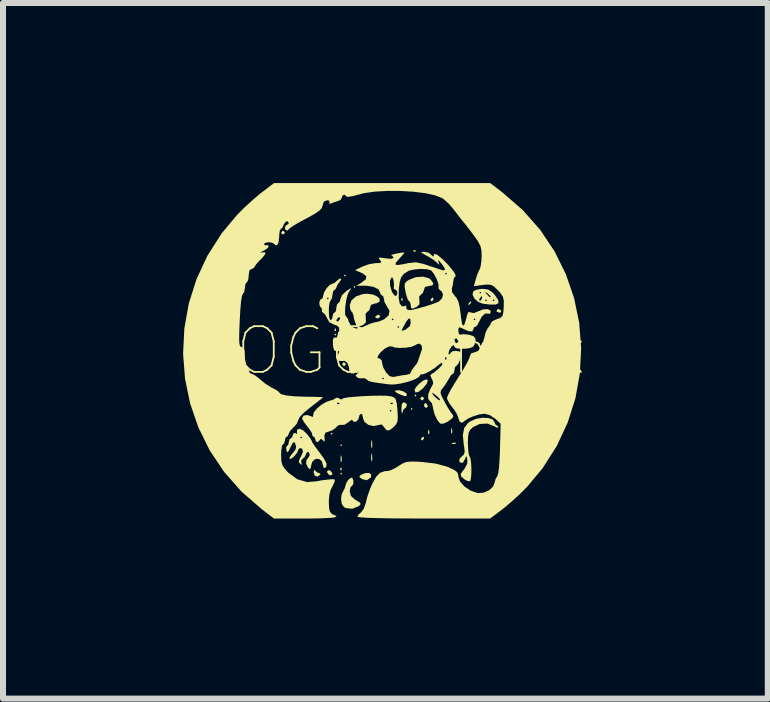
<source format=kicad_pcb>
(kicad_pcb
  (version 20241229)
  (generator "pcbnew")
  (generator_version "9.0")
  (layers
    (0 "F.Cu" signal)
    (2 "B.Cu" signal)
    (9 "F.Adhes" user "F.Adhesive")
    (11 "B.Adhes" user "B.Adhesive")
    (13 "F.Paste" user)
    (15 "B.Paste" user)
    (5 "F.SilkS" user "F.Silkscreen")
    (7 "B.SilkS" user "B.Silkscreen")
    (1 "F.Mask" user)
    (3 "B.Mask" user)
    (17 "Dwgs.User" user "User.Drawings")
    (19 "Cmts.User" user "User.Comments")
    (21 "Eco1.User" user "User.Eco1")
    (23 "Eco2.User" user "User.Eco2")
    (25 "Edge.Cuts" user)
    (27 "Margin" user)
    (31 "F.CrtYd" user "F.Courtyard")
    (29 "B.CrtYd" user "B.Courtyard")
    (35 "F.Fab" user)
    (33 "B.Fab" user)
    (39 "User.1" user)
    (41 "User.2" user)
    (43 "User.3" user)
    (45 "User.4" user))
  (footprint "LOGO Amok"
    (layer "F.Cu")
    (at 3.506 2.794)
    (property "Reference" "LOGO Amok" (at 0 0 0) (layer "F.SilkS") (effects (font (size 0.762 0.762) (thickness 0.03))))
    (attr board_only exclude_from_pos_files exclude_from_bom)
    (fp_poly (pts (xy -1.016 1.381) (xy -1.032 1.397) (xy -1.048 1.381) (xy -1.032 1.365)) (stroke (width 0) (type solid)) (fill yes) (layer "F.SilkS"))
    (fp_poly (pts (xy -0.953 -0.27) (xy -0.968 -0.254) (xy -0.984 -0.27) (xy -0.968 -0.286)) (stroke (width 0) (type solid)) (fill yes) (layer "F.SilkS"))
    (fp_poly (pts (xy -0.857 1.572) (xy -0.873 1.587) (xy -0.889 1.572) (xy -0.873 1.556)) (stroke (width 0) (type solid)) (fill yes) (layer "F.SilkS"))
    (fp_poly (pts (xy -0.857 2.048) (xy -0.873 2.064) (xy -0.889 2.048) (xy -0.873 2.032)) (stroke (width 0) (type solid)) (fill yes) (layer "F.SilkS"))
    (fp_poly (pts (xy -0.794 -1.254) (xy -0.81 -1.238) (xy -0.826 -1.254) (xy -0.81 -1.27)) (stroke (width 0) (type solid)) (fill yes) (layer "F.SilkS"))
    (fp_poly (pts (xy -0.635 -1.064) (xy -0.651 -1.048) (xy -0.667 -1.064) (xy -0.651 -1.079)) (stroke (width 0) (type solid)) (fill yes) (layer "F.SilkS"))
    (fp_poly (pts (xy 0.318 0.968) (xy 0.302 0.984) (xy 0.286 0.968) (xy 0.302 0.953)) (stroke (width 0) (type solid)) (fill yes) (layer "F.SilkS"))
    (fp_poly (pts (xy 0.381 0.746) (xy 0.365 0.762) (xy 0.349 0.746) (xy 0.365 0.73)) (stroke (width 0) (type solid)) (fill yes) (layer "F.SilkS"))
    (fp_poly (pts (xy -0.963 -0.37) (xy -0.959 -0.333) (xy -0.963 -0.328) (xy -0.982 -0.332) (xy -0.984 -0.349) (xy -0.973 -0.375)) (stroke (width 0) (type solid)) (fill yes) (layer "F.SilkS"))
    (fp_poly (pts (xy -0.868 1.947) (xy -0.864 1.985) (xy -0.868 1.99) (xy -0.887 1.985) (xy -0.889 1.968) (xy -0.877 1.942)) (stroke (width 0) (type solid)) (fill yes) (layer "F.SilkS"))
    (fp_poly (pts (xy 0.148 -0.878) (xy 0.152 -0.841) (xy 0.148 -0.836) (xy 0.129 -0.84) (xy 0.127 -0.857) (xy 0.139 -0.883)) (stroke (width 0) (type solid)) (fill yes) (layer "F.SilkS"))
    (fp_poly (pts (xy 0.37 -1.672) (xy 0.366 -1.653) (xy 0.349 -1.651) (xy 0.323 -1.663) (xy 0.328 -1.672) (xy 0.366 -1.676)) (stroke (width 0) (type solid)) (fill yes) (layer "F.SilkS"))
    (fp_poly (pts (xy 0.593 1.328) (xy 0.597 1.377) (xy 0.591 1.388) (xy 0.576 1.379) (xy 0.574 1.347) (xy 0.582 1.313)) (stroke (width 0) (type solid)) (fill yes) (layer "F.SilkS"))
    (fp_poly (pts (xy 0.974 1.294) (xy 0.978 1.359) (xy 0.974 1.373) (xy 0.962 1.377) (xy 0.958 1.333) (xy 0.963 1.288)) (stroke (width 0) (type solid)) (fill yes) (layer "F.SilkS"))
    (fp_poly (pts (xy 1.039 1.537) (xy 1.03 1.551) (xy 0.997 1.553) (xy 0.964 1.545) (xy 0.978 1.534) (xy 1.028 1.53)) (stroke (width 0) (type solid)) (fill yes) (layer "F.SilkS"))
    (fp_poly (pts (xy -1.811 -1.976) (xy -1.81 -1.968) (xy -1.834 -1.938) (xy -1.841 -1.937) (xy -1.872 -1.961) (xy -1.873 -1.968) (xy -1.849 -1.999) (xy -1.841 -2)) (stroke (width 0) (type solid)) (fill yes) (layer "F.SilkS"))
    (fp_poly (pts (xy -1.052 1.998) (xy -1.02 2.039) (xy -1.02 2.059) (xy -1.052 2.076) (xy -1.075 2.066) (xy -1.107 2.025) (xy -1.107 2.005) (xy -1.076 1.988)) (stroke (width 0) (type solid)) (fill yes) (layer "F.SilkS"))
    (fp_poly (pts (xy -0.869 1.749) (xy -0.867 1.755) (xy -0.862 1.824) (xy -0.868 1.85) (xy -0.879 1.851) (xy -0.883 1.801) (xy -0.883 1.794) (xy -0.878 1.745)) (stroke (width 0) (type solid)) (fill yes) (layer "F.SilkS"))
    (fp_poly (pts (xy -0.795 0.215) (xy -0.794 0.222) (xy -0.818 0.253) (xy -0.826 0.254) (xy -0.856 0.23) (xy -0.857 0.222) (xy -0.833 0.191) (xy -0.826 0.191)) (stroke (width 0) (type solid)) (fill yes) (layer "F.SilkS"))
    (fp_poly (pts (xy -0.359 1.5) (xy -0.354 1.581) (xy -0.359 1.611) (xy -0.368 1.621) (xy -0.373 1.577) (xy -0.374 1.556) (xy -0.37 1.498) (xy -0.362 1.491)) (stroke (width 0) (type solid)) (fill yes) (layer "F.SilkS"))
    (fp_poly (pts (xy -0.359 1.722) (xy -0.354 1.803) (xy -0.359 1.834) (xy -0.368 1.843) (xy -0.373 1.8) (xy -0.374 1.778) (xy -0.37 1.72) (xy -0.362 1.713)) (stroke (width 0) (type solid)) (fill yes) (layer "F.SilkS"))
    (fp_poly (pts (xy -0.223 -0.579) (xy -0.222 -0.572) (xy -0.248 -0.544) (xy -0.272 -0.54) (xy -0.305 -0.555) (xy -0.302 -0.572) (xy -0.261 -0.602) (xy -0.252 -0.603)) (stroke (width 0) (type solid)) (fill yes) (layer "F.SilkS"))
    (fp_poly (pts (xy 0.507 0.786) (xy 0.508 0.794) (xy 0.484 0.825) (xy 0.476 0.826) (xy 0.445 0.801) (xy 0.445 0.794) (xy 0.469 0.763) (xy 0.476 0.762)) (stroke (width 0) (type solid)) (fill yes) (layer "F.SilkS"))
    (fp_poly (pts (xy 0.508 1.453) (xy 0.508 1.46) (xy 0.484 1.491) (xy 0.474 1.492) (xy 0.455 1.473) (xy 0.46 1.46) (xy 0.489 1.43) (xy 0.494 1.429)) (stroke (width 0) (type solid)) (fill yes) (layer "F.SilkS"))
    (fp_poly (pts (xy 0.54 0.873) (xy 0.57 0.914) (xy 0.572 0.923) (xy 0.547 0.952) (xy 0.54 0.953) (xy 0.512 0.927) (xy 0.508 0.903) (xy 0.523 0.87)) (stroke (width 0) (type solid)) (fill yes) (layer "F.SilkS"))
    (fp_poly (pts (xy 0.666 -0.864) (xy 0.667 -0.857) (xy 0.642 -0.827) (xy 0.633 -0.826) (xy 0.614 -0.845) (xy 0.619 -0.857) (xy 0.648 -0.888) (xy 0.653 -0.889)) (stroke (width 0) (type solid)) (fill yes) (layer "F.SilkS"))
    (fp_poly (pts (xy 1.292 -0.805) (xy 1.286 -0.794) (xy 1.256 -0.763) (xy 1.25 -0.762) (xy 1.248 -0.783) (xy 1.254 -0.794) (xy 1.284 -0.824) (xy 1.29 -0.826)) (stroke (width 0) (type solid)) (fill yes) (layer "F.SilkS"))
    (fp_poly (pts (xy 1.787 -0.675) (xy 1.794 -0.667) (xy 1.787 -0.64) (xy 1.764 -0.635) (xy 1.721 -0.652) (xy 1.714 -0.667) (xy 1.737 -0.698) (xy 1.744 -0.699)) (stroke (width 0) (type solid)) (fill yes) (layer "F.SilkS"))
    (fp_poly (pts (xy -1.312 1.992) (xy -1.271 2.028) (xy -1.25 2.032) (xy -1.219 2.048) (xy -1.222 2.064) (xy -1.268 2.096) (xy -1.312 2.08) (xy -1.331 2.024) (xy -1.324 1.984)) (stroke (width 0) (type solid)) (fill yes) (layer "F.SilkS"))
    (fp_poly (pts (xy -0.406 2.035) (xy -0.371 2.061) (xy -0.377 2.106) (xy -0.385 2.116) (xy -0.448 2.156) (xy -0.525 2.136) (xy -0.54 2.127) (xy -0.571 2.097) (xy -0.546 2.068) (xy -0.54 2.064) (xy -0.468 2.035)) (stroke (width 0) (type solid)) (fill yes) (layer "F.SilkS"))
    (fp_poly (pts (xy 0.166 0.677) (xy 0.215 0.711) (xy 0.222 0.729) (xy 0.213 0.755) (xy 0.176 0.753) (xy 0.099 0.723) (xy 0.084 0.717) (xy 0.028 0.684) (xy 0.033 0.661) (xy 0.036 0.66) (xy 0.097 0.657)) (stroke (width 0) (type solid)) (fill yes) (layer "F.SilkS"))
    (fp_poly (pts (xy 0.217 0.883) (xy 0.222 0.905) (xy 0.206 0.947) (xy 0.193 0.953) (xy 0.164 0.979) (xy 0.149 1.024) (xy 0.14 1.047) (xy 0.133 1.01) (xy 0.131 0.976) (xy 0.136 0.892) (xy 0.162 0.859) (xy 0.175 0.857)) (stroke (width 0) (type solid)) (fill yes) (layer "F.SilkS"))
    (fp_poly (pts (xy 0.571 0.495) (xy 0.554 0.546) (xy 0.498 0.616) (xy 0.494 0.621) (xy 0.418 0.682) (xy 0.368 0.695) (xy 0.349 0.657) (xy 0.349 0.653) (xy 0.373 0.606) (xy 0.428 0.547) (xy 0.493 0.497) (xy 0.544 0.476)) (stroke (width 0) (type solid)) (fill yes) (layer "F.SilkS"))
    (fp_poly (pts (xy -0.686 2.118) (xy -0.668 2.164) (xy -0.671 2.22) (xy -0.693 2.253) (xy -0.699 2.254) (xy -0.721 2.282) (xy -0.73 2.342) (xy -0.711 2.417) (xy -0.646 2.476) (xy -0.627 2.487) (xy -0.562 2.527) (xy -0.547 2.553) (xy -0.575 2.582) (xy -0.586 2.59) (xy -0.687 2.631) (xy -0.793 2.62) (xy -0.826 2.604) (xy -0.863 2.549) (xy -0.875 2.465) (xy -0.861 2.382) (xy -0.846 2.354) (xy -0.812 2.287) (xy -0.803 2.249) (xy -0.779 2.185) (xy -0.739 2.133) (xy -0.699 2.113)) (stroke (width 0) (type solid)) (fill yes) (layer "F.SilkS"))
    (fp_poly (pts (xy 0.585 -1.211) (xy 0.617 -1.188) (xy 0.662 -1.127) (xy 0.649 -1.09) (xy 0.587 -1.079) (xy 0.524 -1.064) (xy 0.508 -1.019) (xy 0.486 -0.96) (xy 0.46 -0.941) (xy 0.426 -0.901) (xy 0.431 -0.845) (xy 0.431 -0.775) (xy 0.386 -0.733) (xy 0.32 -0.703) (xy 0.292 -0.713) (xy 0.286 -0.762) (xy 0.274 -0.814) (xy 0.258 -0.826) (xy 0.237 -0.854) (xy 0.213 -0.926) (xy 0.2 -0.979) (xy 0.184 -1.072) (xy 0.189 -1.124) (xy 0.219 -1.159) (xy 0.262 -1.185) (xy 0.373 -1.227) (xy 0.489 -1.235)) (stroke (width 0) (type solid)) (fill yes) (layer "F.SilkS"))
    (fp_poly (pts (xy -0.345 -0.938) (xy -0.273 -0.905) (xy -0.232 -0.864) (xy -0.231 -0.823) (xy -0.276 -0.794) (xy -0.31 -0.788) (xy -0.376 -0.766) (xy -0.388 -0.726) (xy -0.406 -0.672) (xy -0.431 -0.655) (xy -0.466 -0.618) (xy -0.463 -0.548) (xy -0.46 -0.478) (xy -0.5 -0.435) (xy -0.525 -0.423) (xy -0.586 -0.402) (xy -0.619 -0.424) (xy -0.637 -0.465) (xy -0.66 -0.541) (xy -0.667 -0.588) (xy -0.687 -0.641) (xy -0.699 -0.651) (xy -0.722 -0.694) (xy -0.73 -0.757) (xy -0.701 -0.841) (xy -0.624 -0.907) (xy -0.513 -0.945) (xy -0.44 -0.951)) (stroke (width 0) (type solid)) (fill yes) (layer "F.SilkS"))
    (fp_poly (pts (xy 1.58 1.12) (xy 1.652 1.145) (xy 1.683 1.191) (xy 1.683 1.194) (xy 1.701 1.234) (xy 1.714 1.238) (xy 1.745 1.263) (xy 1.746 1.272) (xy 1.725 1.281) (xy 1.676 1.256) (xy 1.563 1.212) (xy 1.436 1.218) (xy 1.323 1.272) (xy 1.322 1.272) (xy 1.275 1.316) (xy 1.25 1.367) (xy 1.24 1.445) (xy 1.238 1.54) (xy 1.243 1.648) (xy 1.254 1.728) (xy 1.267 1.761) (xy 1.283 1.8) (xy 1.293 1.88) (xy 1.297 1.98) (xy 1.294 2.076) (xy 1.285 2.148) (xy 1.274 2.173) (xy 1.232 2.168) (xy 1.18 2.14) (xy 1.125 2.093) (xy 1.119 2.049) (xy 1.163 1.989) (xy 1.177 1.974) (xy 1.228 1.879) (xy 1.229 1.817) (xy 1.218 1.759) (xy 1.207 1.76) (xy 1.191 1.802) (xy 1.156 1.863) (xy 1.116 1.865) (xy 1.094 1.839) (xy 1.1 1.797) (xy 1.136 1.761) (xy 1.173 1.726) (xy 1.185 1.679) (xy 1.176 1.598) (xy 1.17 1.565) (xy 1.154 1.404) (xy 1.177 1.286) (xy 1.241 1.201) (xy 1.281 1.173) (xy 1.377 1.132) (xy 1.482 1.115)) (stroke (width 0) (type solid)) (fill yes) (layer "F.SilkS"))
    (fp_poly (pts (xy 1.574 -1.021) (xy 1.643 -0.977) (xy 1.692 -0.923) (xy 1.744 -0.845) (xy 1.748 -0.795) (xy 1.702 -0.771) (xy 1.6 -0.771) (xy 1.484 -0.785) (xy 1.407 -0.816) (xy 1.364 -0.855) (xy 1.429 -0.855) (xy 1.439 -0.827) (xy 1.453 -0.841) (xy 1.524 -0.841) (xy 1.54 -0.826) (xy 1.556 -0.841) (xy 1.651 -0.841) (xy 1.667 -0.826) (xy 1.683 -0.841) (xy 1.667 -0.857) (xy 1.651 -0.841) (xy 1.556 -0.841) (xy 1.54 -0.857) (xy 1.524 -0.841) (xy 1.453 -0.841) (xy 1.462 -0.852) (xy 1.473 -0.875) (xy 1.475 -0.908) (xy 1.46 -0.905) (xy 1.43 -0.864) (xy 1.429 -0.855) (xy 1.364 -0.855) (xy 1.346 -0.872) (xy 1.316 -0.936) (xy 1.323 -0.968) (xy 1.429 -0.968) (xy 1.445 -0.953) (xy 1.46 -0.968) (xy 1.445 -0.984) (xy 1.526 -0.984) (xy 1.534 -0.968) (xy 1.552 -0.945) (xy 1.598 -0.895) (xy 1.619 -0.895) (xy 1.619 -0.901) (xy 1.598 -0.927) (xy 1.564 -0.957) (xy 1.526 -0.984) (xy 1.445 -0.984) (xy 1.445 -0.984) (xy 1.429 -0.968) (xy 1.323 -0.968) (xy 1.328 -0.991) (xy 1.331 -0.994) (xy 1.386 -1.019) (xy 1.472 -1.032) (xy 1.486 -1.032)) (stroke (width 0) (type solid)) (fill yes) (layer "F.SilkS"))
    (fp_poly (pts (xy -1.51 1.323) (xy -1.454 1.373) (xy -1.399 1.441) (xy -1.368 1.49) (xy -1.365 1.499) (xy -1.347 1.536) (xy -1.299 1.606) (xy -1.238 1.687) (xy -1.156 1.8) (xy -1.117 1.879) (xy -1.12 1.93) (xy -1.143 1.953) (xy -1.169 1.944) (xy -1.175 1.913) (xy -1.196 1.836) (xy -1.247 1.799) (xy -1.307 1.804) (xy -1.355 1.85) (xy -1.371 1.905) (xy -1.383 1.963) (xy -1.405 1.966) (xy -1.421 1.951) (xy -1.456 1.883) (xy -1.451 1.819) (xy -1.429 1.794) (xy -1.4 1.748) (xy -1.397 1.729) (xy -1.415 1.687) (xy -1.429 1.683) (xy -1.457 1.708) (xy -1.46 1.727) (xy -1.486 1.776) (xy -1.508 1.789) (xy -1.54 1.829) (xy -1.535 1.864) (xy -1.527 1.901) (xy -1.552 1.886) (xy -1.556 1.883) (xy -1.579 1.845) (xy -1.562 1.793) (xy -1.543 1.763) (xy -1.51 1.686) (xy -1.519 1.634) (xy -1.558 1.619) (xy -1.586 1.644) (xy -1.587 1.652) (xy -1.606 1.697) (xy -1.649 1.751) (xy -1.697 1.792) (xy -1.731 1.803) (xy -1.733 1.802) (xy -1.728 1.768) (xy -1.688 1.713) (xy -1.686 1.711) (xy -1.635 1.649) (xy -1.622 1.601) (xy -1.64 1.539) (xy -1.658 1.517) (xy -1.685 1.544) (xy -1.715 1.603) (xy -1.75 1.674) (xy -1.77 1.691) (xy -1.784 1.662) (xy -1.786 1.654) (xy -1.789 1.602) (xy -1.775 1.587) (xy -1.752 1.561) (xy -1.746 1.524) (xy -1.733 1.472) (xy -1.714 1.46) (xy -1.697 1.445) (xy -1.556 1.445) (xy -1.54 1.46) (xy -1.524 1.445) (xy -1.54 1.429) (xy -1.556 1.445) (xy -1.697 1.445) (xy -1.686 1.435) (xy -1.683 1.413) (xy -1.663 1.371) (xy -1.626 1.372) (xy -1.611 1.389) (xy -1.606 1.387) (xy -1.61 1.368) (xy -1.607 1.313) (xy -1.569 1.298)) (stroke (width 0) (type solid)) (fill yes) (layer "F.SilkS"))
    (fp_poly (pts (xy -0.119 0.749) (xy -0.046 0.758) (xy -0.04 0.759) (xy 0.008 0.776) (xy 0.036 0.808) (xy 0.052 0.869) (xy 0.064 0.977) (xy 0.064 0.986) (xy 0.071 1.102) (xy 0.065 1.175) (xy 0.042 1.225) (xy 0.01 1.262) (xy -0.061 1.321) (xy -0.113 1.325) (xy -0.156 1.275) (xy -0.159 1.27) (xy -0.198 1.226) (xy -0.25 1.236) (xy -0.252 1.237) (xy -0.335 1.254) (xy -0.42 1.233) (xy -0.485 1.184) (xy -0.508 1.124) (xy -0.519 1.066) (xy -0.54 1.048) (xy -0.569 1.073) (xy -0.572 1.091) (xy -0.588 1.144) (xy -0.625 1.18) (xy -0.661 1.185) (xy -0.674 1.168) (xy -0.696 1.149) (xy -0.74 1.18) (xy -0.743 1.183) (xy -0.818 1.232) (xy -0.908 1.236) (xy -0.94 1.256) (xy -0.963 1.283) (xy -1.022 1.326) (xy -1.079 1.345) (xy -1.136 1.365) (xy -1.152 1.414) (xy -1.15 1.448) (xy -1.148 1.507) (xy -1.162 1.509) (xy -1.176 1.492) (xy -1.209 1.463) (xy -1.227 1.484) (xy -1.261 1.521) (xy -1.294 1.509) (xy -1.302 1.476) (xy -1.32 1.434) (xy -1.335 1.429) (xy -1.356 1.411) (xy -1.353 1.403) (xy -1.362 1.366) (xy -1.404 1.301) (xy -1.431 1.268) (xy -1.487 1.194) (xy -1.52 1.136) (xy -1.524 1.122) (xy -1.499 1.079) (xy -1.439 1.069) (xy -1.385 1.087) (xy -1.342 1.102) (xy -1.34 1.075) (xy -1.34 1.075) (xy -1.328 1.024) (xy -1.308 1) (xy -0.064 1) (xy -0.048 1.016) (xy -0.032 1) (xy -0.048 0.984) (xy -0.064 1) (xy -1.308 1) (xy -1.275 0.96) (xy -1.199 0.896) (xy -1.149 0.868) (xy -0.942 0.868) (xy -0.938 0.887) (xy -0.921 0.889) (xy -0.895 0.877) (xy -0.9 0.868) (xy -0.053 0.868) (xy -0.049 0.887) (xy -0.032 0.889) (xy -0.006 0.877) (xy -0.011 0.868) (xy -0.048 0.864) (xy -0.053 0.868) (xy -0.9 0.868) (xy -0.937 0.864) (xy -0.942 0.868) (xy -1.149 0.868) (xy -1.116 0.849) (xy -1.073 0.835) (xy -1.002 0.813) (xy -0.965 0.788) (xy -0.93 0.78) (xy -0.902 0.796) (xy -0.865 0.813) (xy -0.857 0.802) (xy -0.828 0.788) (xy -0.749 0.775) (xy -0.636 0.764) (xy -0.502 0.755) (xy -0.361 0.749) (xy -0.229 0.747)) (stroke (width 0) (type solid)) (fill yes) (layer "F.SilkS"))
    (fp_poly (pts (xy 1.813 -2.64) (xy 2.153 -2.344) (xy 2.444 -2.014) (xy 2.683 -1.656) (xy 2.871 -1.275) (xy 3.008 -0.876) (xy 3.093 -0.464) (xy 3.125 -0.046) (xy 3.104 0.373) (xy 3.03 0.789) (xy 2.901 1.195) (xy 2.719 1.586) (xy 2.482 1.957) (xy 2.224 2.266) (xy 2.102 2.388) (xy 1.965 2.513) (xy 1.839 2.62) (xy 1.813 2.64) (xy 1.61 2.794) (xy 0.503 2.794) (xy 0.207 2.793) (xy -0.051 2.791) (xy -0.264 2.787) (xy -0.43 2.782) (xy -0.543 2.775) (xy -0.598 2.767) (xy -0.603 2.764) (xy -0.58 2.724) (xy -0.542 2.692) (xy -0.498 2.634) (xy -0.465 2.544) (xy -0.46 2.523) (xy -0.435 2.424) (xy -0.391 2.3) (xy -0.355 2.216) (xy -0.291 2.1) (xy -0.227 2.033) (xy -0.147 2.005) (xy -0.089 2.001) (xy -0.031 1.983) (xy 0.051 1.94) (xy 0.086 1.917) (xy 0.15 1.877) (xy 0.207 1.854) (xy 0.278 1.845) (xy 0.381 1.846) (xy 0.476 1.852) (xy 0.696 1.878) (xy 0.879 1.926) (xy 0.913 1.939) (xy 1.01 1.984) (xy 1.06 2.022) (xy 1.078 2.069) (xy 1.079 2.096) (xy 1.108 2.178) (xy 1.181 2.261) (xy 1.284 2.329) (xy 1.398 2.369) (xy 1.406 2.37) (xy 1.501 2.363) (xy 1.593 2.322) (xy 1.66 2.259) (xy 1.683 2.195) (xy 1.704 2.125) (xy 1.722 2.1) (xy 1.743 2.047) (xy 1.758 1.931) (xy 1.769 1.752) (xy 1.773 1.638) (xy 1.784 1.215) (xy 1.694 1.131) (xy 1.603 1.071) (xy 1.515 1.048) (xy 1.427 1.06) (xy 1.324 1.092) (xy 1.232 1.133) (xy 1.175 1.175) (xy 1.171 1.18) (xy 1.135 1.2) (xy 1.097 1.174) (xy 1.08 1.118) (xy 1.079 1.116) (xy 1.06 1.06) (xy 1.01 0.982) (xy 0.986 0.951) (xy 0.928 0.873) (xy 0.894 0.805) (xy 0.89 0.787) (xy 0.906 0.739) (xy 0.951 0.652) (xy 1.017 0.54) (xy 1.079 0.442) (xy 1.157 0.318) (xy 1.22 0.208) (xy 1.26 0.127) (xy 1.27 0.092) (xy 1.294 0.041) (xy 1.329 0.032) (xy 1.408 0.002) (xy 1.471 -0.082) (xy 1.51 -0.21) (xy 1.511 -0.215) (xy 1.534 -0.307) (xy 1.566 -0.373) (xy 1.576 -0.384) (xy 1.614 -0.436) (xy 1.619 -0.46) (xy 1.647 -0.494) (xy 1.713 -0.525) (xy 1.722 -0.528) (xy 1.783 -0.55) (xy 1.815 -0.582) (xy 1.829 -0.645) (xy 1.835 -0.728) (xy 1.837 -0.833) (xy 1.821 -0.903) (xy 1.778 -0.966) (xy 1.74 -1.007) (xy 1.67 -1.074) (xy 1.612 -1.102) (xy 1.535 -1.103) (xy 1.487 -1.097) (xy 1.338 -1.078) (xy 1.371 -1.198) (xy 1.399 -1.285) (xy 1.428 -1.347) (xy 1.433 -1.354) (xy 1.45 -1.404) (xy 1.463 -1.494) (xy 1.467 -1.564) (xy 1.465 -1.667) (xy 1.448 -1.745) (xy 1.405 -1.826) (xy 1.347 -1.909) (xy 1.273 -2.008) (xy 1.206 -2.095) (xy 1.167 -2.143) (xy 1.116 -2.205) (xy 1.047 -2.294) (xy 1.007 -2.348) (xy 0.93 -2.44) (xy 0.847 -2.517) (xy 0.809 -2.544) (xy 0.692 -2.59) (xy 0.528 -2.626) (xy 0.33 -2.65) (xy 0.115 -2.663) (xy -0.103 -2.664) (xy -0.309 -2.652) (xy -0.488 -2.627) (xy -0.577 -2.604) (xy -0.687 -2.575) (xy -0.762 -2.564) (xy -0.788 -2.573) (xy -0.819 -2.603) (xy -0.851 -2.586) (xy -0.857 -2.56) (xy -0.883 -2.515) (xy -0.913 -2.5) (xy -0.991 -2.474) (xy -1.029 -2.459) (xy -1.071 -2.449) (xy -1.067 -2.471) (xy -1.071 -2.501) (xy -1.107 -2.508) (xy -1.16 -2.486) (xy -1.181 -2.425) (xy -1.195 -2.38) (xy -1.233 -2.337) (xy -1.306 -2.286) (xy -1.423 -2.22) (xy -1.46 -2.201) (xy -1.578 -2.137) (xy -1.672 -2.082) (xy -1.729 -2.042) (xy -1.741 -2.03) (xy -1.771 -2.001) (xy -1.803 -2.019) (xy -1.81 -2.048) (xy -1.793 -2.09) (xy -1.778 -2.095) (xy -1.747 -2.12) (xy -1.746 -2.127) (xy -1.763 -2.159) (xy -1.798 -2.149) (xy -1.828 -2.107) (xy -1.832 -2.095) (xy -1.857 -2.044) (xy -1.877 -2.032) (xy -1.895 -2.004) (xy -1.904 -1.934) (xy -1.905 -1.907) (xy -1.914 -1.816) (xy -1.937 -1.763) (xy -1.968 -1.759) (xy -1.984 -1.777) (xy -2.025 -1.802) (xy -2.087 -1.809) (xy -2.141 -1.798) (xy -2.159 -1.776) (xy -2.14 -1.756) (xy -2.129 -1.761) (xy -2.089 -1.757) (xy -2.08 -1.747) (xy -2.093 -1.715) (xy -2.149 -1.676) (xy -2.165 -1.668) (xy -2.215 -1.642) (xy -2.213 -1.635) (xy -2.199 -1.638) (xy -2.14 -1.642) (xy -2.136 -1.613) (xy -2.185 -1.55) (xy -2.223 -1.513) (xy -2.282 -1.45) (xy -2.315 -1.403) (xy -2.318 -1.394) (xy -2.344 -1.369) (xy -2.365 -1.365) (xy -2.401 -1.341) (xy -2.413 -1.264) (xy -2.413 -1.254) (xy -2.421 -1.181) (xy -2.441 -1.144) (xy -2.445 -1.143) (xy -2.467 -1.115) (xy -2.477 -1.05) (xy -2.487 -0.981) (xy -2.511 -0.946) (xy -2.526 -0.911) (xy -2.541 -0.818) (xy -2.553 -0.677) (xy -2.563 -0.499) (xy -2.57 -0.324) (xy -2.572 -0.203) (xy -2.569 -0.126) (xy -2.56 -0.084) (xy -2.545 -0.066) (xy -2.529 -0.064) (xy -2.497 -0.05) (xy -2.481 -0.002) (xy -2.477 0.095) (xy -2.471 0.186) (xy -2.456 0.243) (xy -2.445 0.254) (xy -2.419 0.281) (xy -2.413 0.318) (xy -2.395 0.369) (xy -2.369 0.381) (xy -2.32 0.401) (xy -2.25 0.453) (xy -2.218 0.481) (xy -2.127 0.554) (xy -2.031 0.613) (xy -2.008 0.624) (xy -1.94 0.66) (xy -1.906 0.692) (xy -1.905 0.695) (xy -1.874 0.722) (xy -1.787 0.744) (xy -1.648 0.758) (xy -1.464 0.765) (xy -1.432 0.765) (xy -1.313 0.767) (xy -1.224 0.77) (xy -1.178 0.773) (xy -1.175 0.774) (xy -1.198 0.796) (xy -1.261 0.845) (xy -1.35 0.914) (xy -1.381 0.938) (xy -1.491 1.028) (xy -1.563 1.103) (xy -1.587 1.153) (xy -1.611 1.214) (xy -1.667 1.276) (xy -1.723 1.333) (xy -1.746 1.383) (xy -1.746 1.383) (xy -1.764 1.424) (xy -1.778 1.429) (xy -1.804 1.455) (xy -1.81 1.492) (xy -1.823 1.544) (xy -1.841 1.556) (xy -1.859 1.584) (xy -1.87 1.659) (xy -1.873 1.733) (xy -1.869 1.84) (xy -1.849 1.913) (xy -1.801 1.979) (xy -1.75 2.032) (xy -1.603 2.14) (xy -1.443 2.186) (xy -1.293 2.175) (xy -1.187 2.156) (xy -1.074 2.143) (xy -1.073 2.143) (xy -1.009 2.138) (xy -0.979 2.146) (xy -0.98 2.177) (xy -1.011 2.245) (xy -1.048 2.317) (xy -1.07 2.399) (xy -1.079 2.511) (xy -1.074 2.62) (xy -1.06 2.68) (xy -1.021 2.724) (xy -0.997 2.731) (xy -0.957 2.749) (xy -0.953 2.762) (xy -0.983 2.775) (xy -1.073 2.784) (xy -1.216 2.791) (xy -1.408 2.794) (xy -1.472 2.794) (xy -1.991 2.794) (xy -2.194 2.64) (xy -2.534 2.344) (xy -2.825 2.014) (xy -3.064 1.656) (xy -3.252 1.275) (xy -3.389 0.876) (xy -3.474 0.464) (xy -3.506 0.046) (xy -3.485 -0.373) (xy -3.411 -0.789) (xy -3.282 -1.195) (xy -3.1 -1.586) (xy -2.863 -1.957) (xy -2.605 -2.266) (xy -2.483 -2.388) (xy -2.346 -2.513) (xy -2.22 -2.62) (xy -2.194 -2.64) (xy -1.991 -2.794) (xy 1.61 -2.794)) (stroke (width 0) (type solid)) (fill yes) (layer "F.SilkS"))
    (fp_poly (pts (xy 0.593 -1.631) (xy 0.632 -1.595) (xy 0.658 -1.567) (xy 0.666 -1.58) (xy 0.678 -1.614) (xy 0.717 -1.606) (xy 0.787 -1.552) (xy 0.833 -1.51) (xy 0.915 -1.426) (xy 0.982 -1.345) (xy 1.025 -1.281) (xy 1.036 -1.243) (xy 1.028 -1.238) (xy 1.005 -1.211) (xy 0.997 -1.167) (xy 0.985 -1.084) (xy 0.971 -1.042) (xy 0.975 -0.975) (xy 1.015 -0.922) (xy 1.054 -0.874) (xy 1.081 -0.815) (xy 1.102 -0.727) (xy 1.12 -0.594) (xy 1.123 -0.561) (xy 1.139 -0.458) (xy 1.158 -0.417) (xy 1.181 -0.44) (xy 1.207 -0.524) (xy 1.333 -0.524) (xy 1.349 -0.508) (xy 1.365 -0.524) (xy 1.349 -0.54) (xy 1.333 -0.524) (xy 1.207 -0.524) (xy 1.208 -0.525) (xy 1.221 -0.582) (xy 1.243 -0.642) (xy 1.273 -0.645) (xy 1.279 -0.64) (xy 1.338 -0.629) (xy 1.397 -0.652) (xy 1.489 -0.689) (xy 1.567 -0.695) (xy 1.613 -0.671) (xy 1.619 -0.649) (xy 1.605 -0.615) (xy 1.59 -0.617) (xy 1.53 -0.623) (xy 1.471 -0.572) (xy 1.429 -0.492) (xy 1.395 -0.426) (xy 1.365 -0.399) (xy 1.36 -0.4) (xy 1.337 -0.39) (xy 1.333 -0.367) (xy 1.313 -0.324) (xy 1.251 -0.327) (xy 1.167 -0.363) (xy 1.106 -0.391) (xy 1.083 -0.381) (xy 1.079 -0.33) (xy 1.09 -0.277) (xy 1.111 -0.27) (xy 1.161 -0.277) (xy 1.241 -0.27) (xy 1.254 -0.268) (xy 1.332 -0.244) (xy 1.363 -0.204) (xy 1.365 -0.177) (xy 1.349 -0.104) (xy 1.327 -0.07) (xy 1.278 -0.047) (xy 1.2 -0.035) (xy 1.115 -0.033) (xy 1.046 -0.042) (xy 1.016 -0.062) (xy 1.016 -0.064) (xy 1.003 -0.095) (xy 0.971 -0.078) (xy 0.933 -0.019) (xy 0.932 -0.016) (xy 0.914 0.041) (xy 0.924 0.064) (xy 0.952 0.039) (xy 0.953 0.032) (xy 0.978 0.008) (xy 1.036 0.001) (xy 1.096 0.011) (xy 1.128 0.032) (xy 1.129 0.079) (xy 1.109 0.149) (xy 1.078 0.216) (xy 1.046 0.253) (xy 1.04 0.254) (xy 1.02 0.281) (xy 1.016 0.318) (xy 1.005 0.369) (xy 0.99 0.381) (xy 0.958 0.406) (xy 0.92 0.468) (xy 0.92 0.468) (xy 0.867 0.557) (xy 0.819 0.621) (xy 0.79 0.66) (xy 0.782 0.697) (xy 0.799 0.75) (xy 0.843 0.837) (xy 0.859 0.867) (xy 0.914 0.963) (xy 0.961 1.035) (xy 0.987 1.065) (xy 0.994 1.099) (xy 0.976 1.124) (xy 0.902 1.181) (xy 0.828 1.214) (xy 0.777 1.213) (xy 0.776 1.212) (xy 0.728 1.152) (xy 0.684 1.059) (xy 0.658 0.962) (xy 0.656 0.941) (xy 0.639 0.874) (xy 0.611 0.843) (xy 0.577 0.8) (xy 0.578 0.724) (xy 0.588 0.699) (xy 0.641 0.699) (xy 0.647 0.718) (xy 0.683 0.762) (xy 0.736 0.809) (xy 0.772 0.826) (xy 0.774 0.808) (xy 0.735 0.766) (xy 0.73 0.762) (xy 0.674 0.717) (xy 0.641 0.699) (xy 0.641 0.699) (xy 0.588 0.699) (xy 0.613 0.633) (xy 0.625 0.615) (xy 0.659 0.548) (xy 0.652 0.495) (xy 0.636 0.467) (xy 0.613 0.41) (xy 0.63 0.388) (xy 0.674 0.362) (xy 0.731 0.314) (xy 0.787 0.26) (xy 0.826 0.214) (xy 0.834 0.191) (xy 0.831 0.191) (xy 0.782 0.211) (xy 0.756 0.231) (xy 0.691 0.284) (xy 0.61 0.336) (xy 0.533 0.376) (xy 0.478 0.394) (xy 0.465 0.391) (xy 0.446 0.394) (xy 0.445 0.405) (xy 0.416 0.442) (xy 0.341 0.481) (xy 0.237 0.517) (xy 0.121 0.545) (xy 0.01 0.561) (xy -0.064 0.56) (xy -0.221 0.54) (xy -0.326 0.525) (xy -0.391 0.511) (xy -0.427 0.495) (xy -0.443 0.478) (xy -0.478 0.46) (xy -0.191 0.46) (xy -0.175 0.476) (xy -0.159 0.46) (xy -0.175 0.445) (xy -0.191 0.46) (xy -0.478 0.46) (xy -0.488 0.455) (xy -0.511 0.459) (xy -0.574 0.457) (xy -0.603 0.444) (xy -0.634 0.413) (xy -0.608 0.385) (xy -0.584 0.353) (xy -0.6 0.335) (xy -0.631 0.335) (xy -0.635 0.347) (xy -0.657 0.377) (xy -0.701 0.377) (xy -0.733 0.35) (xy -0.735 0.341) (xy -0.743 0.279) (xy -0.744 0.27) (xy -0.769 0.203) (xy -0.815 0.168) (xy -0.84 0.17) (xy -0.899 0.168) (xy -0.924 0.157) (xy -0.952 0.126) (xy -0.948 0.115) (xy -0.269 0.115) (xy -0.241 0.127) (xy -0.238 0.127) (xy -0.2 0.154) (xy -0.191 0.202) (xy -0.171 0.279) (xy -0.124 0.361) (xy -0.122 0.364) (xy -0.065 0.422) (xy -0.007 0.436) (xy 0.044 0.427) (xy 0.139 0.409) (xy 0.214 0.4) (xy 0.27 0.384) (xy 0.286 0.361) (xy 0.306 0.317) (xy 0.357 0.25) (xy 0.381 0.222) (xy 0.436 0.143) (xy 0.442 0.127) (xy 0.857 0.127) (xy 0.869 0.153) (xy 0.878 0.148) (xy 0.882 0.11) (xy 0.878 0.106) (xy 0.86 0.11) (xy 0.857 0.127) (xy 0.442 0.127) (xy 0.468 0.057) (xy 0.478 -0.025) (xy 0.467 -0.088) (xy 0.435 -0.12) (xy 0.383 -0.108) (xy 0.364 -0.094) (xy 0.301 -0.068) (xy 0.205 -0.052) (xy 0.1 -0.048) (xy 0.013 -0.056) (xy -0.022 -0.071) (xy -0.073 -0.074) (xy -0.143 -0.039) (xy -0.214 0.023) (xy -0.251 0.071) (xy -0.269 0.115) (xy -0.948 0.115) (xy -0.936 0.078) (xy -0.927 0.063) (xy -0.903 0.015) (xy -0.92 0.003) (xy -0.943 0.006) (xy -0.983 -0.001) (xy -1.003 -0.049) (xy -1.01 -0.104) (xy -1.01 -0.176) (xy 1.016 -0.176) (xy 1.033 -0.133) (xy 1.048 -0.127) (xy 1.079 -0.15) (xy 1.079 -0.157) (xy 1.056 -0.2) (xy 1.048 -0.206) (xy 1.021 -0.199) (xy 1.016 -0.176) (xy -1.01 -0.176) (xy -1.01 -0.179) (xy -0.999 -0.218) (xy -0.994 -0.219) (xy -0.934 -0.223) (xy -0.906 -0.271) (xy -0.901 -0.319) (xy -0.904 -0.341) (xy 0.134 -0.341) (xy 0.15 -0.335) (xy 0.204 -0.354) (xy 0.272 -0.412) (xy 0.286 -0.465) (xy 0.278 -0.531) (xy 0.253 -0.538) (xy 0.21 -0.485) (xy 0.15 -0.373) (xy 0.134 -0.341) (xy -0.904 -0.341) (xy -0.909 -0.391) (xy -0.949 -0.424) (xy -0.987 -0.434) (xy -1.07 -0.477) (xy -1.085 -0.504) (xy -0.953 -0.504) (xy -0.933 -0.487) (xy -0.921 -0.492) (xy -0.89 -0.534) (xy -0.889 -0.543) (xy -0.909 -0.561) (xy -0.921 -0.556) (xy -0.951 -0.514) (xy -0.953 -0.504) (xy -1.085 -0.504) (xy -1.108 -0.543) (xy -1.141 -0.608) (xy -1.175 -0.635) (xy -1.175 -0.635) (xy -1.196 -0.654) (xy -1.192 -0.665) (xy -1.196 -0.705) (xy -1.206 -0.714) (xy -1.232 -0.755) (xy -1.237 -0.811) (xy -1.22 -0.852) (xy -1.206 -0.857) (xy -1.189 -0.873) (xy -1.111 -0.873) (xy -1.095 -0.857) (xy -1.079 -0.873) (xy -1.095 -0.889) (xy -1.111 -0.873) (xy -1.189 -0.873) (xy -1.179 -0.883) (xy -1.175 -0.906) (xy -1.157 -0.973) (xy -1.114 -1.045) (xy -1.063 -1.098) (xy -1.032 -1.111) (xy -0.98 -1.133) (xy -0.953 -1.159) (xy -0.904 -1.199) (xy -0.88 -1.206) (xy -0.873 -1.187) (xy -0.9 -1.148) (xy -0.941 -1.089) (xy -0.953 -1.053) (xy -0.974 -1.018) (xy -0.984 -1.016) (xy -1.008 -0.989) (xy -1.016 -0.938) (xy -1.028 -0.871) (xy -1.048 -0.841) (xy -1.066 -0.802) (xy -1.077 -0.727) (xy -1.078 -0.639) (xy -1.072 -0.561) (xy -1.057 -0.513) (xy -1.048 -0.508) (xy -1.022 -0.535) (xy -1.016 -0.572) (xy -1.003 -0.623) (xy -0.984 -0.635) (xy -0.96 -0.662) (xy -0.953 -0.714) (xy -0.942 -0.774) (xy -0.921 -0.794) (xy -0.894 -0.82) (xy -0.889 -0.852) (xy -0.86 -0.927) (xy -0.779 -1.002) (xy -0.73 -1.033) (xy -0.705 -1.041) (xy -0.725 -1.011) (xy -0.737 -0.996) (xy -0.763 -0.943) (xy -0.785 -0.858) (xy -0.801 -0.759) (xy -0.809 -0.666) (xy -0.805 -0.597) (xy -0.79 -0.572) (xy -0.767 -0.545) (xy -0.749 -0.493) (xy -0.704 -0.405) (xy -0.627 -0.371) (xy -0.52 -0.393) (xy -0.511 -0.397) (xy 0.064 -0.397) (xy 0.079 -0.381) (xy 0.095 -0.397) (xy 0.079 -0.413) (xy 0.064 -0.397) (xy -0.511 -0.397) (xy -0.478 -0.412) (xy -0.389 -0.452) (xy -0.318 -0.474) (xy -0.301 -0.476) (xy -0.239 -0.49) (xy -0.159 -0.524) (xy -0.032 -0.524) (xy -0.016 -0.508) (xy 0 -0.524) (xy -0.016 -0.54) (xy -0.032 -0.524) (xy -0.159 -0.524) (xy -0.158 -0.524) (xy -0.157 -0.525) (xy -0.083 -0.588) (xy -0.067 -0.664) (xy -0.111 -0.742) (xy -0.151 -0.812) (xy -0.159 -0.855) (xy -0.166 -0.886) (xy 0.085 -0.886) (xy 0.102 -0.789) (xy 0.138 -0.74) (xy 0.19 -0.746) (xy 0.191 -0.746) (xy 0.217 -0.754) (xy 0.211 -0.738) (xy 0.215 -0.698) (xy 0.23 -0.687) (xy 0.255 -0.679) (xy 0.285 -0.678) (xy 0.336 -0.688) (xy 0.421 -0.71) (xy 0.525 -0.739) (xy 0.633 -0.773) (xy 0.724 -0.807) (xy 0.756 -0.822) (xy 0.808 -0.874) (xy 0.824 -0.939) (xy 0.8 -0.992) (xy 0.78 -1.004) (xy 0.748 -1.041) (xy 0.75 -1.063) (xy 0.747 -1.118) (xy 0.717 -1.199) (xy 0.674 -1.28) (xy 0.67 -1.286) (xy 0.857 -1.286) (xy 0.873 -1.27) (xy 0.889 -1.286) (xy 0.873 -1.302) (xy 0.857 -1.286) (xy 0.67 -1.286) (xy 0.629 -1.336) (xy 0.623 -1.341) (xy 0.558 -1.359) (xy 0.458 -1.364) (xy 0.351 -1.356) (xy 0.264 -1.337) (xy 0.245 -1.328) (xy 0.171 -1.282) (xy 0.127 -1.226) (xy 0.102 -1.143) (xy 0.088 -1.025) (xy 0.085 -0.886) (xy -0.166 -0.886) (xy -0.172 -0.908) (xy -0.191 -0.921) (xy -0.219 -0.946) (xy -0.222 -0.967) (xy -0.251 -1.023) (xy -0.33 -1.064) (xy -0.443 -1.084) (xy -0.489 -1.085) (xy -0.619 -1.083) (xy -0.532 -1.136) (xy -0.488 -1.172) (xy -0.059 -1.172) (xy -0.058 -1.087) (xy -0.029 -0.988) (xy -0.024 -0.977) (xy 0.016 -0.92) (xy 0.049 -0.916) (xy 0.063 -0.967) (xy 0.064 -0.97) (xy 0.046 -1.011) (xy 0.032 -1.016) (xy 0.004 -1.034) (xy 0.004 -1.04) (xy 0.007 -1.116) (xy -0.002 -1.184) (xy -0.02 -1.222) (xy -0.032 -1.222) (xy -0.059 -1.172) (xy -0.488 -1.172) (xy -0.461 -1.193) (xy -0.454 -1.242) (xy -0.509 -1.287) (xy -0.543 -1.303) (xy -0.641 -1.344) (xy -0.521 -1.402) (xy -0.415 -1.441) (xy -0.308 -1.46) (xy -0.292 -1.46) (xy -0.222 -1.464) (xy -0.204 -1.48) (xy -0.226 -1.512) (xy -0.246 -1.543) (xy -0.229 -1.553) (xy -0.165 -1.546) (xy -0.134 -1.541) (xy -0.038 -1.532) (xy -0.001 -1.549) (xy 0 -1.553) (xy -0.025 -1.587) (xy -0.04 -1.591) (xy -0.038 -1.598) (xy 0.014 -1.613) (xy 0.048 -1.62) (xy 0.128 -1.634) (xy 0.176 -1.639) (xy 0.181 -1.639) (xy 0.166 -1.614) (xy 0.119 -1.56) (xy 0.092 -1.531) (xy 0.041 -1.471) (xy 0.032 -1.437) (xy 0.07 -1.429) (xy 0.16 -1.443) (xy 0.243 -1.461) (xy 0.373 -1.475) (xy 0.501 -1.447) (xy 0.506 -1.445) (xy 0.591 -1.416) (xy 0.649 -1.397) (xy 0.659 -1.394) (xy 0.704 -1.38) (xy 0.756 -1.361) (xy 0.832 -1.339) (xy 0.859 -1.351) (xy 0.837 -1.401) (xy 0.793 -1.46) (xy 0.752 -1.507) (xy 0.742 -1.505) (xy 0.75 -1.476) (xy 0.761 -1.433) (xy 0.744 -1.445) (xy 0.727 -1.465) (xy 0.671 -1.512) (xy 0.586 -1.566) (xy 0.556 -1.583) (xy 0.481 -1.623) (xy 0.459 -1.642) (xy 0.485 -1.649) (xy 0.514 -1.65)) (stroke (width 0) (type solid)) (fill yes) (layer "F.SilkS")))
  (gr_rect
    (start -3 -3)
    (end 9.74 8.588)
    (stroke (width 0.1) (type default))
    (fill no)
    (layer "Edge.Cuts")))
</source>
